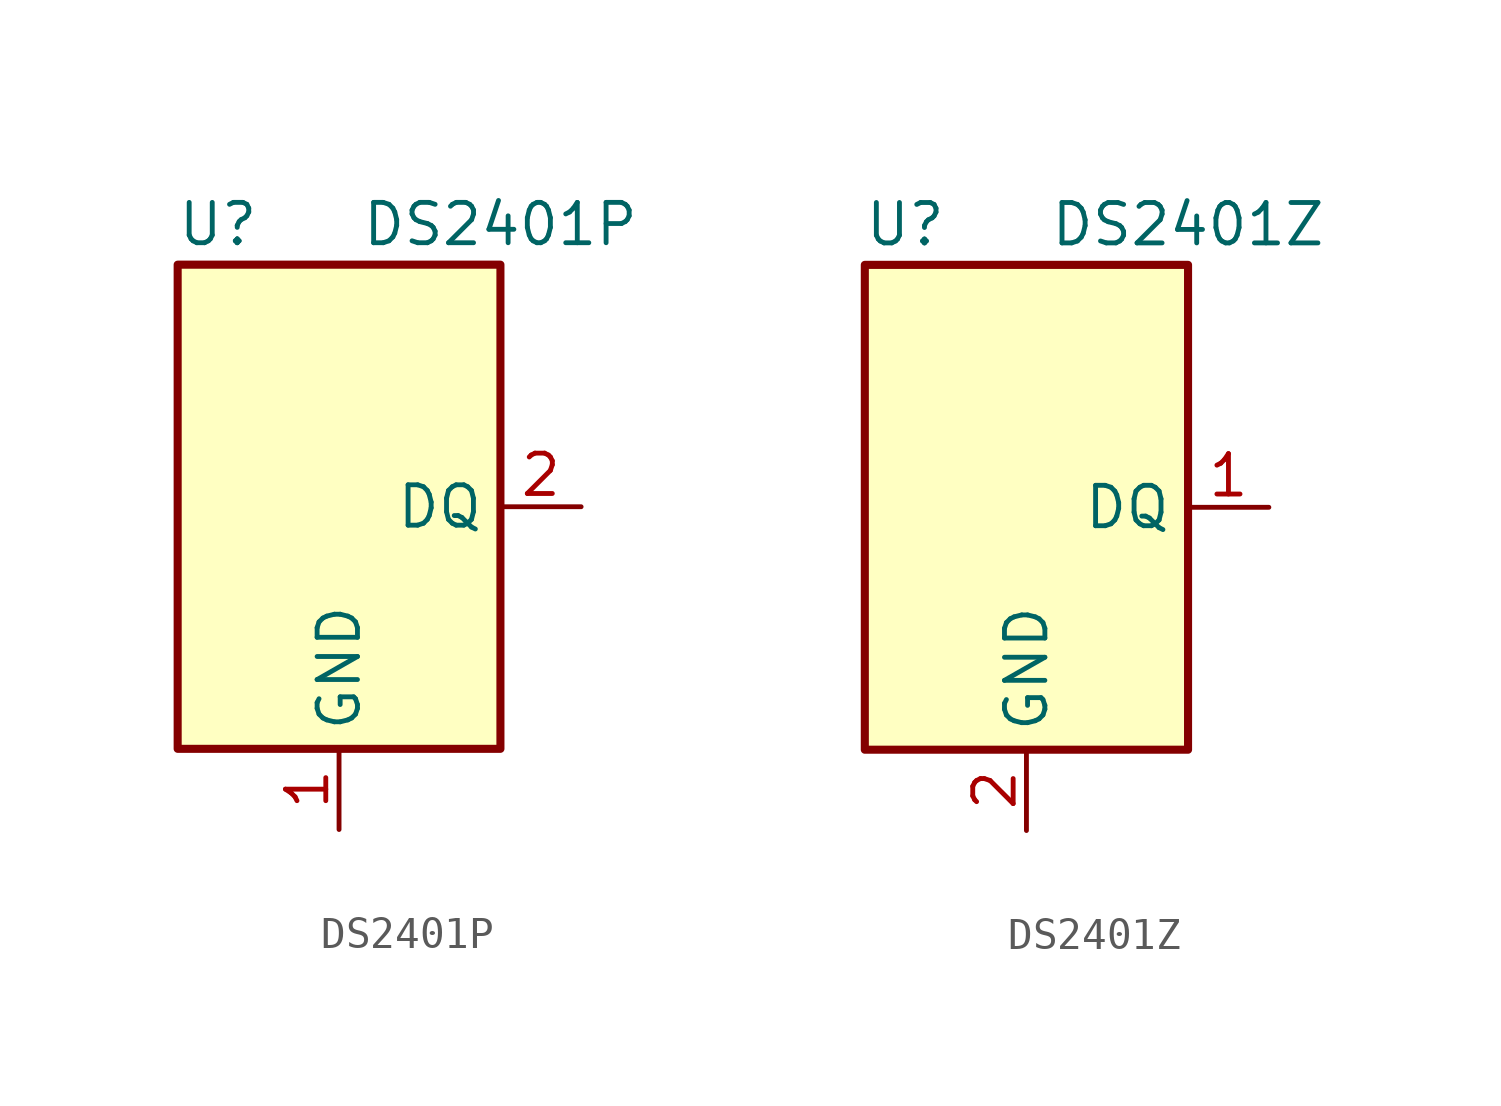
<source format=kicad_sym>
(kicad_symbol_lib
  (version 20201005)
  (generator kicad_symbol_editor)
  (symbol "Memory_UniqueID:DS2401P"
    (property "Reference" "U"
      (at -3.81 8.89 0)
      (effects (font (size 1.27 1.27))))
    (property "Value" "DS2401P"
      (at 5.08 8.89 0)
      (effects (font (size 1.27 1.27))))
    (symbol "DS2401P_0_1"
      (rectangle (start 5.08 -7.62) (end -5.08 7.62) (stroke (width 0.254)) (fill (type background))))
    (symbol "DS2401P_1_1"
      (pin power_in line (at 0 -10.16 90) (length 2.54) (name "GND" (effects (font (size 1.27 1.27)))) (number "1" (effects (font (size 1.27 1.27)))))
      (pin bidirectional line (at 7.62 0 180) (length 2.54) (name "DQ" (effects (font (size 1.27 1.27)))) (number "2" (effects (font (size 1.27 1.27)))))
      (pin no_connect line (at -5.08 5.08 0) (length 2.54) hide (name "NC" (effects (font (size 1.27 1.27)))) (number "3" (effects (font (size 1.27 1.27)))))
      (pin no_connect line (at -5.08 2.54 0) (length 2.54) hide (name "NC" (effects (font (size 1.27 1.27)))) (number "4" (effects (font (size 1.27 1.27)))))
      (pin no_connect line (at -5.08 -2.54 0) (length 2.54) hide (name "NC" (effects (font (size 1.27 1.27)))) (number "5" (effects (font (size 1.27 1.27)))))
      (pin no_connect line (at -5.08 -5.08 0) (length 2.54) hide (name "NC" (effects (font (size 1.27 1.27)))) (number "6" (effects (font (size 1.27 1.27)))))))
  (symbol "Memory_UniqueID:DS2401Z"
    (property "Reference" "U"
      (at -3.81 8.89 0)
      (effects (font (size 1.27 1.27))))
    (property "Value" "DS2401Z"
      (at 5.08 8.89 0)
      (effects (font (size 1.27 1.27))))
    (symbol "DS2401Z_0_1"
      (rectangle (start 5.08 -7.62) (end -5.08 7.62) (stroke (width 0.254)) (fill (type background))))
    (symbol "DS2401Z_1_1"
      (pin bidirectional line (at 7.62 0 180) (length 2.54) (name "DQ" (effects (font (size 1.27 1.27)))) (number "1" (effects (font (size 1.27 1.27)))))
      (pin power_in line (at 0 -10.16 90) (length 2.54) (name "GND" (effects (font (size 1.27 1.27)))) (number "2" (effects (font (size 1.27 1.27)))))
      (pin no_connect line (at -5.08 0 0) (length 2.54) hide (name "NC" (effects (font (size 1.27 1.27)))) (number "3" (effects (font (size 1.27 1.27)))))
      (pin passive line (at 0 -10.16 90) (length 2.54) hide (name "GND" (effects (font (size 1.27 1.27)))) (number "4" (effects (font (size 1.27 1.27))))))))
</source>
